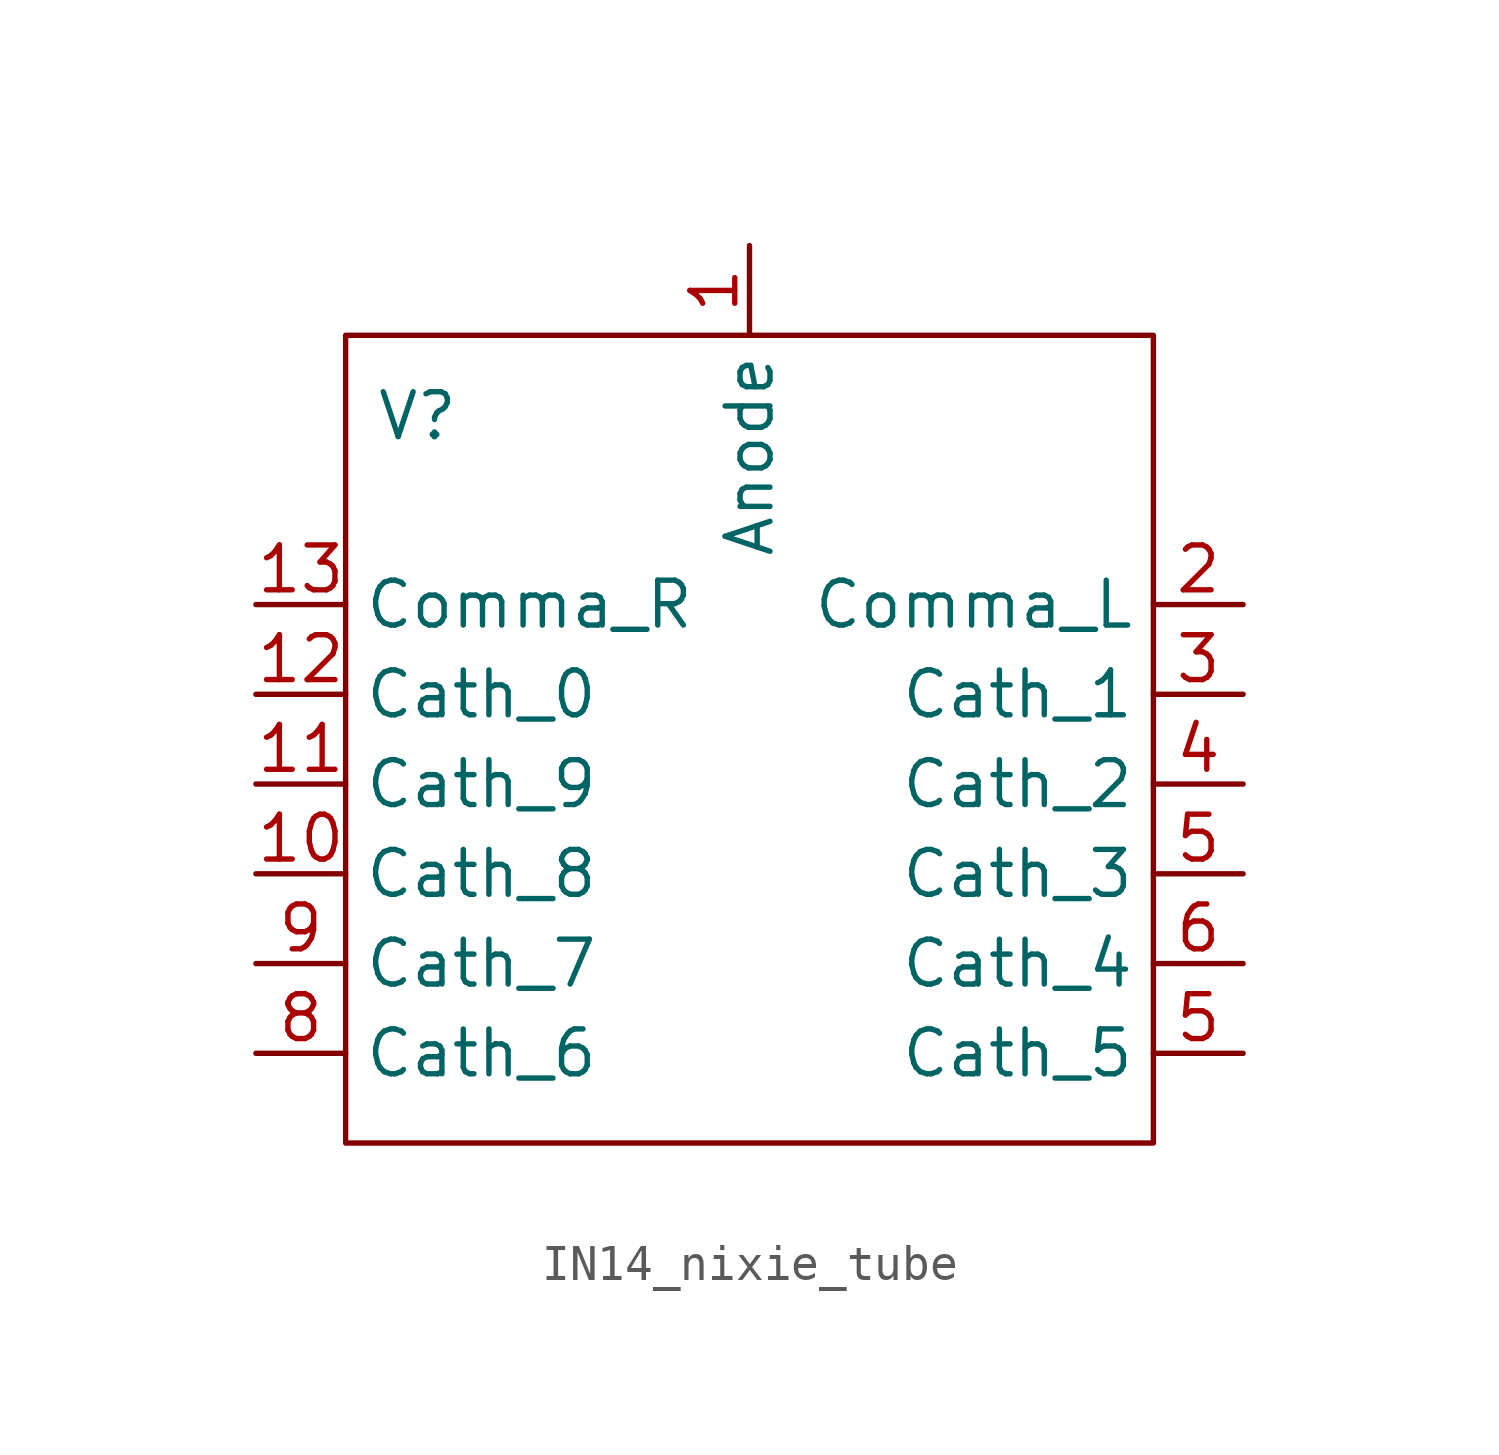
<source format=kicad_sym>
(kicad_symbol_lib
  (version 20231120)
  (generator "kicad_symbol_editor")
  (generator_version "8.0")
  (symbol "IN14_nixie_tube"
    (property "Reference" "V"
      (at -9.398 4.064 0)
      (effects (font (size 1.27 1.27))))
    (property "Value" ""
      (at 0 0 0)
      (effects (font (size 1.27 1.27))))
    (symbol "IN14_nixie_tube_0_1"
      (rectangle (start -11.43 6.35) (end 11.43 -16.51) (stroke (width 0) (type default)) (fill (type none))))
    (symbol "IN14_nixie_tube_1_1"
      (pin input line (at 0 8.89 270) (length 2.54) (name "Anode" (effects (font (size 1.27 1.27)))) (number "1" (effects (font (size 1.27 1.27)))))
      (pin input line (at -13.97 -8.89 0) (length 2.54) (name "Cath_8" (effects (font (size 1.27 1.27)))) (number "10" (effects (font (size 1.27 1.27)))))
      (pin input line (at -13.97 -6.35 0) (length 2.54) (name "Cath_9" (effects (font (size 1.27 1.27)))) (number "11" (effects (font (size 1.27 1.27)))))
      (pin input line (at -13.97 -3.81 0) (length 2.54) (name "Cath_0" (effects (font (size 1.27 1.27)))) (number "12" (effects (font (size 1.27 1.27)))))
      (pin input line (at -13.97 -1.27 0) (length 2.54) (name "Comma_R" (effects (font (size 1.27 1.27)))) (number "13" (effects (font (size 1.27 1.27)))))
      (pin input line (at 13.97 -1.27 180) (length 2.54) (name "Comma_L" (effects (font (size 1.27 1.27)))) (number "2" (effects (font (size 1.27 1.27)))))
      (pin input line (at 13.97 -3.81 180) (length 2.54) (name "Cath_1" (effects (font (size 1.27 1.27)))) (number "3" (effects (font (size 1.27 1.27)))))
      (pin input line (at 13.97 -6.35 180) (length 2.54) (name "Cath_2" (effects (font (size 1.27 1.27)))) (number "4" (effects (font (size 1.27 1.27)))))
      (pin input line (at 13.97 -8.89 180) (length 2.54) (name "Cath_3" (effects (font (size 1.27 1.27)))) (number "5" (effects (font (size 1.27 1.27)))))
      (pin input line (at 13.97 -13.97 180) (length 2.54) (name "Cath_5" (effects (font (size 1.27 1.27)))) (number "5" (effects (font (size 1.27 1.27)))))
      (pin input line (at 13.97 -11.43 180) (length 2.54) (name "Cath_4" (effects (font (size 1.27 1.27)))) (number "6" (effects (font (size 1.27 1.27)))))
      (pin input line (at -13.97 -13.97 0) (length 2.54) (name "Cath_6" (effects (font (size 1.27 1.27)))) (number "8" (effects (font (size 1.27 1.27)))))
      (pin input line (at -13.97 -11.43 0) (length 2.54) (name "Cath_7" (effects (font (size 1.27 1.27)))) (number "9" (effects (font (size 1.27 1.27))))))))
</source>
